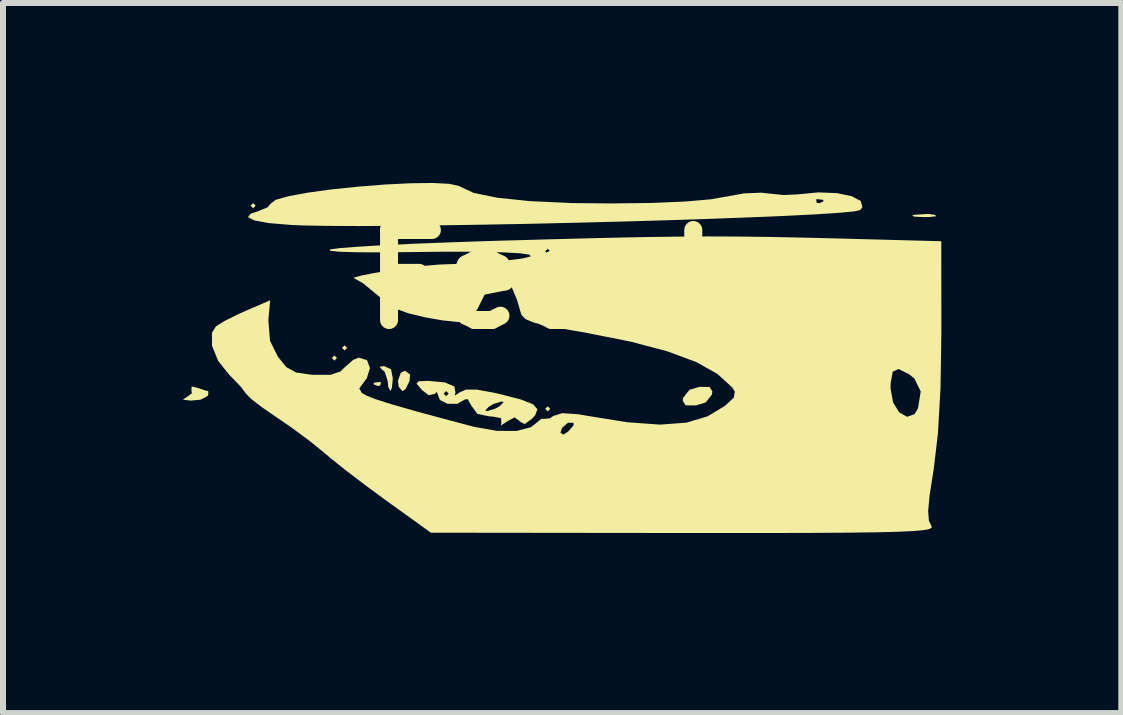
<source format=kicad_pcb>
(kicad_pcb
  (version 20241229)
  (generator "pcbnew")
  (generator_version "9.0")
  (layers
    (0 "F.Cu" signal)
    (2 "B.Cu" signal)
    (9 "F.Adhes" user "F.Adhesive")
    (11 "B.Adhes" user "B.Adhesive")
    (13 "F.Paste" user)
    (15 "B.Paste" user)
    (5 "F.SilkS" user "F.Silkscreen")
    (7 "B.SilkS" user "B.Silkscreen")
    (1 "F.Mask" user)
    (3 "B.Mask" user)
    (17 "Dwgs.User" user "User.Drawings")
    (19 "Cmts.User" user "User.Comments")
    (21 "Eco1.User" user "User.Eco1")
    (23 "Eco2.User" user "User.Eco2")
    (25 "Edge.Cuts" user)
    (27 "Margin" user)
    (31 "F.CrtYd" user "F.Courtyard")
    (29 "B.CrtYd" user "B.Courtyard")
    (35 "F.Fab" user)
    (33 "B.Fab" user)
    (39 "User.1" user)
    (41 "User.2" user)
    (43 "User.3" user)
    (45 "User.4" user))
  (footprint "Feesh"
    (layer "F.Cu")
    (at 6.292 1.606)
    (property "Reference" "Feesh" (at 0 0 0) (layer "F.SilkS") (effects (font (size 1.5 1.5) (thickness 0.3))))
    (attr board_only exclude_from_pos_files exclude_from_bom)
    (fp_poly (pts (xy -5.08 -1.228) (xy -5.122 -1.185) (xy -5.165 -1.228) (xy -5.122 -1.27)) (stroke (width 0) (type solid)) (fill yes) (layer "F.SilkS"))
    (fp_poly (pts (xy -3.725 1.312) (xy -3.768 1.355) (xy -3.81 1.312) (xy -3.768 1.27)) (stroke (width 0) (type solid)) (fill yes) (layer "F.SilkS"))
    (fp_poly (pts (xy -3.556 1.143) (xy -3.598 1.185) (xy -3.641 1.143) (xy -3.598 1.101)) (stroke (width 0) (type solid)) (fill yes) (layer "F.SilkS"))
    (fp_poly (pts (xy -0.169 2.159) (xy -0.212 2.201) (xy -0.254 2.159) (xy -0.212 2.117)) (stroke (width 0) (type solid)) (fill yes) (layer "F.SilkS"))
    (fp_poly (pts (xy -2.992 1.722) (xy -3.003 1.772) (xy -3.048 1.778) (xy -3.118 1.747) (xy -3.104 1.722) (xy -3.004 1.711)) (stroke (width 0) (type solid)) (fill yes) (layer "F.SilkS"))
    (fp_poly (pts (xy -2.507 1.586) (xy -2.515 1.693) (xy -2.582 1.831) (xy -2.635 1.863) (xy -2.695 1.792) (xy -2.709 1.693) (xy -2.66 1.556) (xy -2.59 1.524)) (stroke (width 0) (type solid)) (fill yes) (layer "F.SilkS"))
    (fp_poly (pts (xy 6.245 -1.074) (xy 6.265 -1.051) (xy 6.143 -1.038) (xy 6.054 -1.037) (xy 5.89 -1.046) (xy 5.865 -1.065) (xy 5.906 -1.076) (xy 6.127 -1.09)) (stroke (width 0) (type solid)) (fill yes) (layer "F.SilkS"))
    (fp_poly (pts (xy -2.824 1.5) (xy -2.794 1.651) (xy -2.809 1.81) (xy -2.836 1.863) (xy -2.871 1.792) (xy -2.879 1.7) (xy -2.927 1.545) (xy -2.985 1.495) (xy -3.014 1.458) (xy -2.942 1.446)) (stroke (width 0) (type solid)) (fill yes) (layer "F.SilkS"))
    (fp_poly (pts (xy 2.485 1.794) (xy 2.532 1.867) (xy 2.526 1.92) (xy 2.42 2.054) (xy 2.257 2.102) (xy 2.087 2.101) (xy 2.04 2.027) (xy 2.046 1.975) (xy 2.152 1.841) (xy 2.315 1.793)) (stroke (width 0) (type solid)) (fill yes) (layer "F.SilkS"))
    (fp_poly (pts (xy -6.061 1.806) (xy -5.916 1.854) (xy -5.872 1.863) (xy -5.868 1.917) (xy -5.884 1.947) (xy -5.999 2.007) (xy -6.164 2.022) (xy -6.292 2.006) (xy -6.255 1.977) (xy -6.243 1.973) (xy -6.145 1.901) (xy -6.151 1.842) (xy -6.147 1.786)) (stroke (width 0) (type solid)) (fill yes) (layer "F.SilkS"))
    (fp_poly (pts (xy -1.928 1.718) (xy -1.767 1.787) (xy -1.75 1.888) (xy -1.752 1.893) (xy -1.761 1.94) (xy -1.684 1.887) (xy -1.573 1.838) (xy -1.396 1.838) (xy -1.11 1.89) (xy -1.012 1.912) (xy -0.66 2.003) (xy -0.456 2.083) (xy -0.383 2.166) (xy -0.421 2.266) (xy -0.473 2.323) (xy -0.597 2.414) (xy -0.678 2.369) (xy -0.683 2.361) (xy -0.764 2.301) (xy -0.891 2.37) (xy -0.899 2.376) (xy -0.994 2.438) (xy -0.985 2.392) (xy -0.99 2.314) (xy -1.141 2.286) (xy -1.175 2.286) (xy -1.385 2.244) (xy -1.428 2.184) (xy -1.253 2.184) (xy -1.228 2.199) (xy -1.089 2.157) (xy -1.016 2.117) (xy -0.948 2.05) (xy -0.974 2.035) (xy -1.113 2.077) (xy -1.185 2.117) (xy -1.253 2.184) (xy -1.428 2.184) (xy -1.485 2.105) (xy -1.548 1.996) (xy -1.597 2.005) (xy -1.719 2.076) (xy -1.883 2.075) (xy -2.009 2.011) (xy -2.033 1.95) (xy -2.05 1.905) (xy -1.947 1.905) (xy -1.905 1.947) (xy -1.863 1.905) (xy -1.905 1.863) (xy -1.947 1.905) (xy -2.05 1.905) (xy -2.06 1.877) (xy -2.097 1.91) (xy -2.196 1.932) (xy -2.307 1.846) (xy -2.399 1.738) (xy -2.362 1.699) (xy -2.208 1.693)) (stroke (width 0) (type solid)) (fill yes) (layer "F.SilkS"))
    (fp_poly (pts (xy -1.854 -1.592) (xy -1.69 -1.556) (xy -1.675 -1.546) (xy -1.446 -1.441) (xy -1.055 -1.36) (xy -0.505 -1.303) (xy 0.198 -1.271) (xy 0.847 -1.265) (xy 1.525 -1.273) (xy 2.085 -1.297) (xy 2.418 -1.326) (xy 4.262 -1.326) (xy 4.273 -1.276) (xy 4.318 -1.27) (xy 4.388 -1.301) (xy 4.374 -1.326) (xy 4.274 -1.337) (xy 4.262 -1.326) (xy 2.418 -1.326) (xy 2.508 -1.334) (xy 2.752 -1.377) (xy 3.058 -1.432) (xy 3.345 -1.444) (xy 3.448 -1.433) (xy 3.722 -1.405) (xy 3.955 -1.416) (xy 4.298 -1.449) (xy 4.608 -1.437) (xy 4.854 -1.386) (xy 5.006 -1.306) (xy 5.034 -1.204) (xy 4.998 -1.155) (xy 4.895 -1.132) (xy 4.641 -1.108) (xy 4.256 -1.083) (xy 3.756 -1.058) (xy 3.162 -1.033) (xy 2.492 -1.008) (xy 1.764 -0.984) (xy 0.997 -0.962) (xy 0.21 -0.942) (xy -0.578 -0.924) (xy -1.35 -0.91) (xy -2.086 -0.899) (xy -2.768 -0.891) (xy -3.376 -0.888) (xy -3.894 -0.891) (xy -4.301 -0.898) (xy -4.487 -0.906) (xy -4.86 -0.937) (xy -5.104 -0.982) (xy -5.208 -1.037) (xy -5.16 -1.095) (xy -5.044 -1.134) (xy -4.882 -1.2) (xy -4.826 -1.265) (xy -4.747 -1.325) (xy -4.53 -1.386) (xy -4.208 -1.445) (xy -3.813 -1.499) (xy -3.376 -1.544) (xy -2.93 -1.58) (xy -2.506 -1.601) (xy -2.137 -1.606)) (stroke (width 0) (type solid)) (fill yes) (layer "F.SilkS"))
    (fp_poly (pts (xy 2.937 -0.713) (xy 3.451 -0.707) (xy 4.003 -0.696) (xy 4.624 -0.681) (xy 4.762 -0.677) (xy 6.349 -0.635) (xy 6.35 0.895) (xy 6.336 1.807) (xy 6.293 2.566) (xy 6.223 3.165) (xy 6.216 3.206) (xy 6.154 3.6) (xy 6.13 3.862) (xy 6.142 4.024) (xy 6.184 4.11) (xy 6.191 4.138) (xy 6.151 4.162) (xy 6.054 4.181) (xy 5.884 4.196) (xy 5.63 4.208) (xy 5.279 4.217) (xy 4.818 4.223) (xy 4.233 4.227) (xy 3.512 4.229) (xy 2.642 4.229) (xy 2.064 4.229) (xy -2.159 4.224) (xy -2.888 3.7) (xy -3.232 3.447) (xy -3.561 3.197) (xy -3.826 2.986) (xy -3.933 2.895) (xy -4.181 2.694) (xy -4.369 2.555) (xy 0 2.555) (xy 0.048 2.589) (xy 0.129 2.538) (xy 0.218 2.435) (xy 0.219 2.392) (xy 0.125 2.391) (xy 0.028 2.476) (xy 0 2.555) (xy -4.369 2.555) (xy -4.494 2.463) (xy -4.728 2.303) (xy -4.976 2.132) (xy -5.161 1.989) (xy -5.242 1.905) (xy -5.323 1.796) (xy -5.478 1.634) (xy -5.518 1.595) (xy -5.707 1.358) (xy -5.808 1.107) (xy -5.808 0.89) (xy -5.741 0.783) (xy -5.597 0.694) (xy -5.364 0.578) (xy -5.232 0.519) (xy -4.838 0.35) (xy -4.869 0.679) (xy -4.841 1.025) (xy -4.711 1.288) (xy -4.569 1.464) (xy -4.407 1.553) (xy -4.155 1.59) (xy -4.116 1.592) (xy -3.834 1.592) (xy -3.668 1.537) (xy -3.602 1.472) (xy -3.455 1.343) (xy -3.362 1.306) (xy -3.224 1.347) (xy -3.175 1.481) (xy -3.228 1.651) (xy -3.265 1.699) (xy -3.353 1.819) (xy -3.312 1.893) (xy -3.242 1.934) (xy -3.093 1.995) (xy -2.818 2.082) (xy -2.407 2.2) (xy -1.848 2.351) (xy -1.439 2.459) (xy -1.063 2.526) (xy -0.733 2.528) (xy -0.494 2.466) (xy -0.422 2.411) (xy -0.316 2.324) (xy -0.271 2.326) (xy -0.179 2.318) (xy -0.118 2.278) (xy 0.031 2.231) (xy 0.303 2.25) (xy 0.44 2.274) (xy 1.116 2.383) (xy 1.66 2.422) (xy 2.098 2.39) (xy 2.453 2.284) (xy 2.744 2.108) (xy 2.889 1.973) (xy 2.907 1.871) (xy 2.873 1.818) (xy 5.503 1.818) (xy 5.545 2.052) (xy 5.648 2.219) (xy 5.779 2.292) (xy 5.902 2.248) (xy 5.96 2.152) (xy 6.006 1.869) (xy 5.899 1.652) (xy 5.809 1.58) (xy 5.634 1.495) (xy 5.539 1.54) (xy 5.505 1.73) (xy 5.503 1.818) (xy 2.873 1.818) (xy 2.862 1.8) (xy 2.615 1.576) (xy 2.261 1.378) (xy 1.784 1.201) (xy 1.171 1.039) (xy 0.407 0.887) (xy 0.212 0.854) (xy -0.181 0.784) (xy -0.435 0.724) (xy -0.582 0.664) (xy -0.65 0.593) (xy -0.664 0.547) (xy -0.723 0.344) (xy -0.817 0.12) (xy -0.92 -0.069) (xy -1.003 -0.166) (xy -1.015 -0.169) (xy -1.082 -0.098) (xy -1.184 0.084) (xy -1.258 0.244) (xy -1.378 0.486) (xy -1.494 0.655) (xy -1.549 0.701) (xy -1.704 0.712) (xy -1.962 0.685) (xy -2.26 0.633) (xy -2.539 0.565) (xy -2.739 0.492) (xy -2.745 0.489) (xy -2.925 0.368) (xy -3.125 0.202) (xy -3.127 0.2) (xy -3.296 0.062) (xy -3.42 -0.007) (xy -3.428 -0.008) (xy -3.446 -0.027) (xy -3.331 -0.06) (xy -3.12 -0.102) (xy -2.848 -0.148) (xy -2.55 -0.191) (xy -2.263 -0.225) (xy -2.023 -0.246) (xy -1.939 -0.249) (xy -1.577 -0.262) (xy -1.164 -0.289) (xy -0.926 -0.31) (xy -0.63 -0.348) (xy -0.495 -0.382) (xy -0.512 -0.411) (xy -0.673 -0.434) (xy -0.97 -0.45) (xy -1.395 -0.459) (xy -1.938 -0.46) (xy -2.41 -0.455) (xy -2.963 -0.449) (xy -3.394 -0.451) (xy -3.691 -0.46) (xy -3.745 -0.466) (xy -0.254 -0.466) (xy -0.212 -0.423) (xy -0.169 -0.466) (xy -0.212 -0.508) (xy -0.254 -0.466) (xy -3.745 -0.466) (xy -3.843 -0.476) (xy -3.837 -0.498) (xy -3.831 -0.5) (xy -3.678 -0.52) (xy -3.38 -0.543) (xy -2.96 -0.568) (xy -2.441 -0.593) (xy -1.848 -0.616) (xy -1.204 -0.638) (xy -0.995 -0.644) (xy -0.09 -0.669) (xy 0.676 -0.689) (xy 1.332 -0.703) (xy 1.907 -0.711) (xy 2.432 -0.715)) (stroke (width 0) (type solid)) (fill yes) (layer "F.SilkS")))
  (gr_rect
    (start -3 -3)
    (end 15.642 8.836)
    (stroke (width 0.1) (type default))
    (fill no)
    (layer "Edge.Cuts")))
</source>
